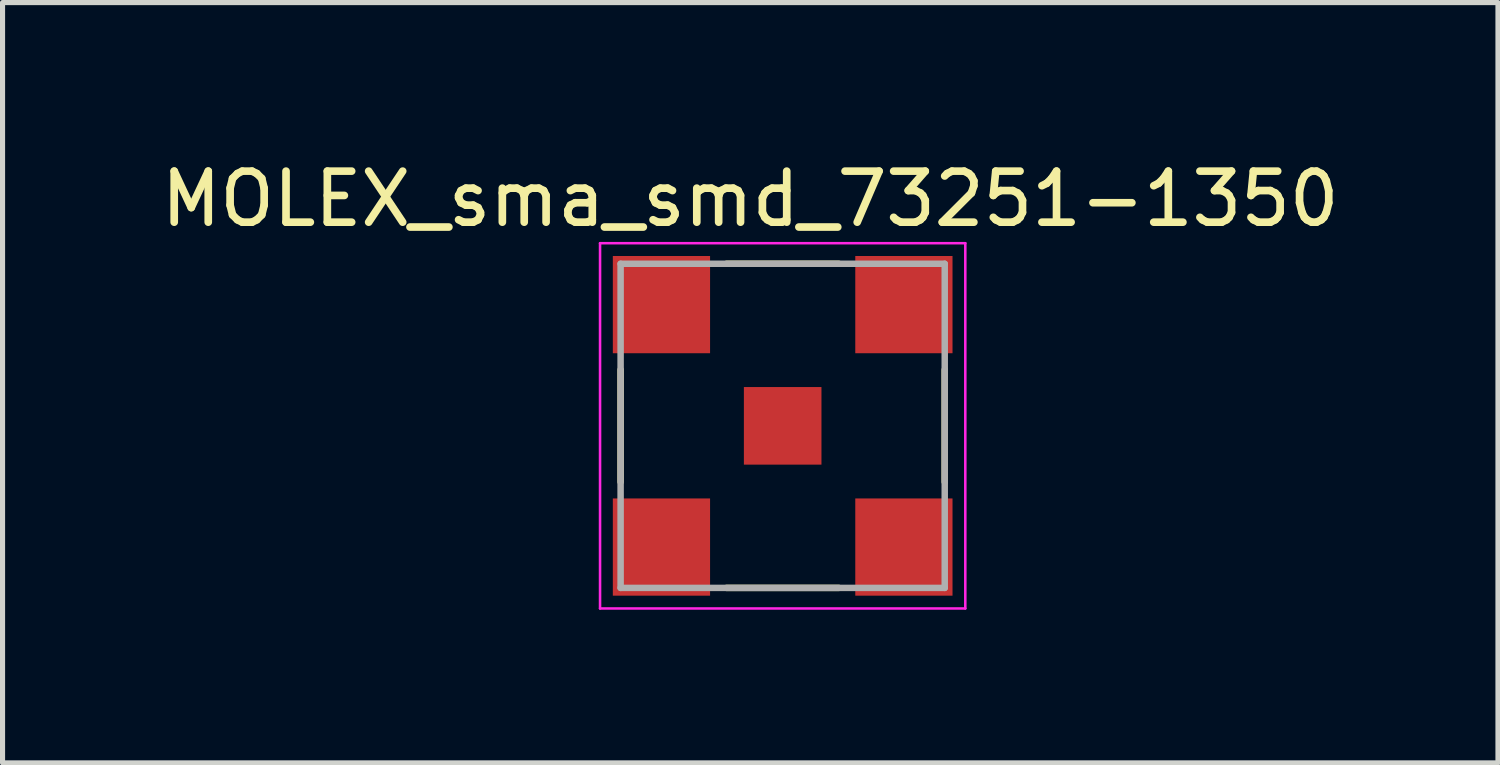
<source format=kicad_pcb>
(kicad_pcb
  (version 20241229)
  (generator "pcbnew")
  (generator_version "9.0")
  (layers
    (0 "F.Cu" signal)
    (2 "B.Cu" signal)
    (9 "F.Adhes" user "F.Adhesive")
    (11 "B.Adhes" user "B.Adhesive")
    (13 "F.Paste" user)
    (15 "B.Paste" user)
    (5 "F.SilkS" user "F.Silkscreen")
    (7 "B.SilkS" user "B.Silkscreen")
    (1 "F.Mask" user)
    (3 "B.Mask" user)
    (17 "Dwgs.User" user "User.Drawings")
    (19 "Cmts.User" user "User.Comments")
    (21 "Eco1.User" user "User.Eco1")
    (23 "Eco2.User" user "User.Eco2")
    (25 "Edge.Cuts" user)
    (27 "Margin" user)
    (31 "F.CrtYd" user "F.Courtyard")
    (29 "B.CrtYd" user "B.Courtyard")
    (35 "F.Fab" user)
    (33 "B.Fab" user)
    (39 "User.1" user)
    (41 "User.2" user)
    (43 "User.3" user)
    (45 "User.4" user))
  (footprint "MOLEX_sma_smd_73251-1350"
    (layer "F.Cu")
    (at 12.284 5.293)
    (property "Reference" "MOLEX_sma_smd_73251-1350" (at -0.635 -4.445 0) (layer "F.SilkS") (effects (font (size 1 1) (thickness 0.15))))
    (attr smd)
    (fp_line (start -3.175 1.1) (end -3.175 -1.1) (stroke (width 0.127) (type solid)) (layer "F.SilkS"))
    (fp_line (start -1.1 -3.175) (end 1.1 -3.175) (stroke (width 0.127) (type solid)) (layer "F.SilkS"))
    (fp_line (start -1.1 3.175) (end 1.1 3.175) (stroke (width 0.127) (type solid)) (layer "F.SilkS"))
    (fp_line (start 3.175 1.1) (end 3.175 -1.1) (stroke (width 0.127) (type solid)) (layer "F.SilkS"))
    (fp_line (start -3.578 -3.578) (end 3.578 -3.578) (stroke (width 0.05) (type solid)) (layer "F.CrtYd"))
    (fp_line (start -3.578 3.578) (end -3.578 -3.578) (stroke (width 0.05) (type solid)) (layer "F.CrtYd"))
    (fp_line (start 3.578 -3.578) (end 3.578 3.578) (stroke (width 0.05) (type solid)) (layer "F.CrtYd"))
    (fp_line (start 3.578 3.578) (end -3.578 3.578) (stroke (width 0.05) (type solid)) (layer "F.CrtYd"))
    (fp_line (start -3.175 -3.175) (end 3.175 -3.175) (stroke (width 0.127) (type solid)) (layer "F.Fab"))
    (fp_line (start -3.175 3.175) (end -3.175 -3.175) (stroke (width 0.127) (type solid)) (layer "F.Fab"))
    (fp_line (start 3.175 -3.175) (end 3.175 3.175) (stroke (width 0.127) (type solid)) (layer "F.Fab"))
    (fp_line (start 3.175 3.175) (end -3.175 3.175) (stroke (width 0.127) (type solid)) (layer "F.Fab"))
    (pad "1" smd rect (at 0 0) (size 1.52 1.52) (layers "F.Cu" "F.Mask" "F.Paste"))
    (pad "2" smd rect (at -2.375 -2.375) (size 1.905 1.905) (layers "F.Cu" "F.Mask" "F.Paste"))
    (pad "2" smd rect (at -2.375 2.375) (size 1.905 1.905) (layers "F.Cu" "F.Mask" "F.Paste"))
    (pad "2" smd rect (at 2.375 -2.375) (size 1.905 1.905) (layers "F.Cu" "F.Mask" "F.Paste"))
    (pad "2" smd rect (at 2.375 2.375) (size 1.905 1.905) (layers "F.Cu" "F.Mask" "F.Paste")))
  (gr_rect
    (start -3 -3)
    (end 26.298 11.896)
    (stroke (width 0.1) (type default))
    (fill no)
    (layer "Edge.Cuts")))
</source>
